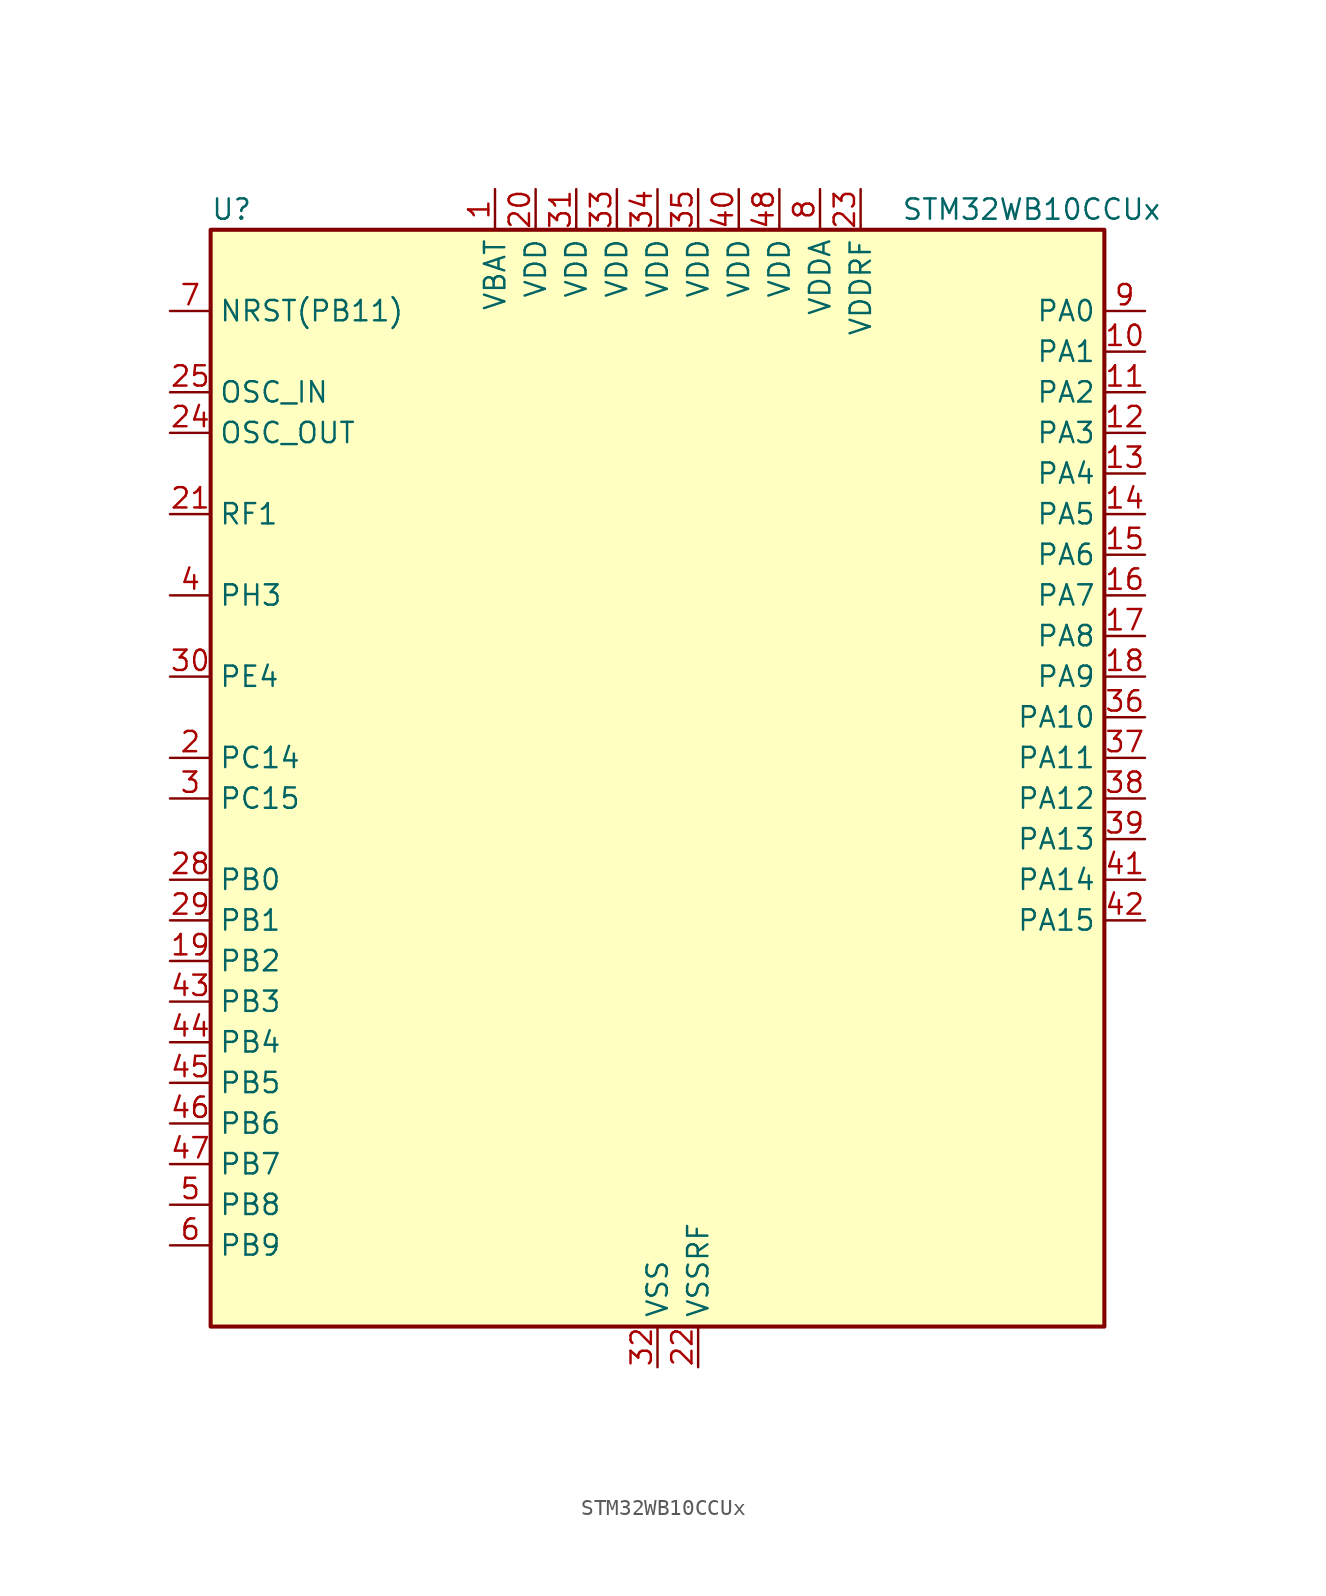
<source format=kicad_sym>
(kicad_symbol_lib
  (version 20241209)
  (generator "kicad_symbol_editor")
  (generator_version "9.0")
  (symbol "STM32WB10CCUx"
    (property "Reference" "U"
      (at -27.94 36.83 0)
      (effects (font (size 1.27 1.27)) (justify left)))
    (property "Value" "STM32WB10CCUx"
      (at 15.24 36.83 0)
      (effects (font (size 1.27 1.27)) (justify left)))
    (symbol "STM32WB10CCUx_0_1"
      (rectangle (start -27.94 -33.02) (end 27.94 35.56) (stroke (width 0.254) (type default)) (fill (type background))))
    (symbol "STM32WB10CCUx_1_1"
      (pin input line (at -30.48 30.48 0) (length 2.54) (name "NRST(PB11)" (effects (font (size 1.27 1.27)))) (number "7" (effects (font (size 1.27 1.27)))))
      (pin input line (at -30.48 25.4 0) (length 2.54) (name "OSC_IN" (effects (font (size 1.27 1.27)))) (number "25" (effects (font (size 1.27 1.27)))) (alternate "RCC_OSC_IN" bidirectional line))
      (pin input line (at -30.48 22.86 0) (length 2.54) (name "OSC_OUT" (effects (font (size 1.27 1.27)))) (number "24" (effects (font (size 1.27 1.27)))) (alternate "RCC_OSC_OUT" bidirectional line))
      (pin bidirectional line (at -30.48 17.78 0) (length 2.54) (name "RF1" (effects (font (size 1.27 1.27)))) (number "21" (effects (font (size 1.27 1.27)))) (alternate "RF_RF1" bidirectional line))
      (pin bidirectional line (at -30.48 12.7 0) (length 2.54) (name "PH3" (effects (font (size 1.27 1.27)))) (number "4" (effects (font (size 1.27 1.27)))) (alternate "RCC_LSCO" bidirectional line))
      (pin bidirectional line (at -30.48 7.62 0) (length 2.54) (name "PE4" (effects (font (size 1.27 1.27)))) (number "30" (effects (font (size 1.27 1.27)))))
      (pin bidirectional line (at -30.48 2.54 0) (length 2.54) (name "PC14" (effects (font (size 1.27 1.27)))) (number "2" (effects (font (size 1.27 1.27)))) (alternate "RCC_OSC32_IN" bidirectional line))
      (pin bidirectional line (at -30.48 0 0) (length 2.54) (name "PC15" (effects (font (size 1.27 1.27)))) (number "3" (effects (font (size 1.27 1.27)))) (alternate "RCC_OSC32_OUT" bidirectional line))
      (pin bidirectional line (at -30.48 -5.08 0) (length 2.54) (name "PB0" (effects (font (size 1.27 1.27)))) (number "28" (effects (font (size 1.27 1.27)))) (alternate "RF_TX_MOD_EXT_PA" bidirectional line))
      (pin bidirectional line (at -30.48 -7.62 0) (length 2.54) (name "PB1" (effects (font (size 1.27 1.27)))) (number "29" (effects (font (size 1.27 1.27)))) (alternate "LPTIM2_IN1" bidirectional line))
      (pin bidirectional line (at -30.48 -10.16 0) (length 2.54) (name "PB2" (effects (font (size 1.27 1.27)))) (number "19" (effects (font (size 1.27 1.27)))) (alternate "LPTIM1_OUT" bidirectional line) (alternate "RTC_OUT" bidirectional line) (alternate "SPI1_NSS" bidirectional line))
      (pin bidirectional line (at -30.48 -12.7 0) (length 2.54) (name "PB3" (effects (font (size 1.27 1.27)))) (number "43" (effects (font (size 1.27 1.27)))) (alternate "SPI1_SCK" bidirectional line) (alternate "SYS_JTDO-SWO" bidirectional line) (alternate "TIM2_CH2" bidirectional line) (alternate "USART1_DE" bidirectional line) (alternate "USART1_RTS" bidirectional line))
      (pin bidirectional line (at -30.48 -15.24 0) (length 2.54) (name "PB4" (effects (font (size 1.27 1.27)))) (number "44" (effects (font (size 1.27 1.27)))) (alternate "SPI1_MISO" bidirectional line) (alternate "SYS_JTRST" bidirectional line) (alternate "TSC_G2_IO1" bidirectional line) (alternate "USART1_CTS" bidirectional line) (alternate "USART1_NSS" bidirectional line))
      (pin bidirectional line (at -30.48 -17.78 0) (length 2.54) (name "PB5" (effects (font (size 1.27 1.27)))) (number "45" (effects (font (size 1.27 1.27)))) (alternate "I2C1_SMBA" bidirectional line) (alternate "LPTIM1_IN1" bidirectional line) (alternate "SPI1_MOSI" bidirectional line) (alternate "TSC_G2_IO2" bidirectional line) (alternate "USART1_CK" bidirectional line))
      (pin bidirectional line (at -30.48 -20.32 0) (length 2.54) (name "PB6" (effects (font (size 1.27 1.27)))) (number "46" (effects (font (size 1.27 1.27)))) (alternate "I2C1_SCL" bidirectional line) (alternate "LPTIM1_ETR" bidirectional line) (alternate "RCC_MCO" bidirectional line) (alternate "SPI1_NSS" bidirectional line) (alternate "TSC_G2_IO3" bidirectional line) (alternate "USART1_TX" bidirectional line))
      (pin bidirectional line (at -30.48 -22.86 0) (length 2.54) (name "PB7" (effects (font (size 1.27 1.27)))) (number "47" (effects (font (size 1.27 1.27)))) (alternate "I2C1_SDA" bidirectional line) (alternate "LPTIM1_IN2" bidirectional line) (alternate "SYS_PVD_IN" bidirectional line) (alternate "TIM1_BKIN" bidirectional line) (alternate "TIM1_CH3" bidirectional line) (alternate "TSC_G2_IO4" bidirectional line) (alternate "USART1_RX" bidirectional line))
      (pin bidirectional line (at -30.48 -25.4 0) (length 2.54) (name "PB8" (effects (font (size 1.27 1.27)))) (number "5" (effects (font (size 1.27 1.27)))) (alternate "I2C1_SCL" bidirectional line) (alternate "TIM1_CH2N" bidirectional line) (alternate "TSC_G7_IO3" bidirectional line))
      (pin bidirectional line (at -30.48 -27.94 0) (length 2.54) (name "PB9" (effects (font (size 1.27 1.27)))) (number "6" (effects (font (size 1.27 1.27)))) (alternate "I2C1_SDA" bidirectional line) (alternate "TIM1_CH3N" bidirectional line) (alternate "TSC_G7_IO4" bidirectional line))
      (pin no_connect line (at -27.94 -30.48 0) (length 2.54) (hide yes) (name "AT1" (effects (font (size 1.27 1.27)))) (number "27" (effects (font (size 1.27 1.27)))))
      (pin no_connect line (at -27.94 -33.02 0) (length 2.54) (hide yes) (name "AT0" (effects (font (size 1.27 1.27)))) (number "26" (effects (font (size 1.27 1.27)))))
      (pin power_in line (at -10.16 38.1 270) (length 2.54) (name "VBAT" (effects (font (size 1.27 1.27)))) (number "1" (effects (font (size 1.27 1.27)))))
      (pin power_in line (at -7.62 38.1 270) (length 2.54) (name "VDD" (effects (font (size 1.27 1.27)))) (number "20" (effects (font (size 1.27 1.27)))))
      (pin power_in line (at -5.08 38.1 270) (length 2.54) (name "VDD" (effects (font (size 1.27 1.27)))) (number "31" (effects (font (size 1.27 1.27)))))
      (pin power_in line (at -2.54 38.1 270) (length 2.54) (name "VDD" (effects (font (size 1.27 1.27)))) (number "33" (effects (font (size 1.27 1.27)))))
      (pin power_in line (at 0 38.1 270) (length 2.54) (name "VDD" (effects (font (size 1.27 1.27)))) (number "34" (effects (font (size 1.27 1.27)))))
      (pin power_in line (at 0 -35.56 90) (length 2.54) (name "VSS" (effects (font (size 1.27 1.27)))) (number "32" (effects (font (size 1.27 1.27)))))
      (pin passive line (at 0 -35.56 90) (length 2.54) (hide yes) (name "VSS" (effects (font (size 1.27 1.27)))) (number "49" (effects (font (size 1.27 1.27)))))
      (pin power_in line (at 2.54 38.1 270) (length 2.54) (name "VDD" (effects (font (size 1.27 1.27)))) (number "35" (effects (font (size 1.27 1.27)))))
      (pin power_in line (at 2.54 -35.56 90) (length 2.54) (name "VSSRF" (effects (font (size 1.27 1.27)))) (number "22" (effects (font (size 1.27 1.27)))))
      (pin power_in line (at 5.08 38.1 270) (length 2.54) (name "VDD" (effects (font (size 1.27 1.27)))) (number "40" (effects (font (size 1.27 1.27)))))
      (pin power_in line (at 7.62 38.1 270) (length 2.54) (name "VDD" (effects (font (size 1.27 1.27)))) (number "48" (effects (font (size 1.27 1.27)))))
      (pin power_in line (at 10.16 38.1 270) (length 2.54) (name "VDDA" (effects (font (size 1.27 1.27)))) (number "8" (effects (font (size 1.27 1.27)))))
      (pin power_in line (at 12.7 38.1 270) (length 2.54) (name "VDDRF" (effects (font (size 1.27 1.27)))) (number "23" (effects (font (size 1.27 1.27)))))
      (pin bidirectional line (at 30.48 30.48 180) (length 2.54) (name "PA0" (effects (font (size 1.27 1.27)))) (number "9" (effects (font (size 1.27 1.27)))) (alternate "ADC1_IN5" bidirectional line) (alternate "RTC_TAMP2" bidirectional line) (alternate "SYS_WKUP1" bidirectional line) (alternate "TIM2_CH1" bidirectional line) (alternate "TIM2_ETR" bidirectional line))
      (pin bidirectional line (at 30.48 27.94 180) (length 2.54) (name "PA1" (effects (font (size 1.27 1.27)))) (number "10" (effects (font (size 1.27 1.27)))) (alternate "ADC1_IN6" bidirectional line) (alternate "I2C1_SMBA" bidirectional line) (alternate "SPI1_SCK" bidirectional line) (alternate "TIM2_CH2" bidirectional line))
      (pin bidirectional line (at 30.48 25.4 180) (length 2.54) (name "PA2" (effects (font (size 1.27 1.27)))) (number "11" (effects (font (size 1.27 1.27)))) (alternate "ADC1_IN7" bidirectional line) (alternate "RCC_LSCO" bidirectional line) (alternate "SYS_WKUP4" bidirectional line) (alternate "TIM2_CH3" bidirectional line))
      (pin bidirectional line (at 30.48 22.86 180) (length 2.54) (name "PA3" (effects (font (size 1.27 1.27)))) (number "12" (effects (font (size 1.27 1.27)))) (alternate "ADC1_IN8" bidirectional line) (alternate "TIM2_CH4" bidirectional line))
      (pin bidirectional line (at 30.48 20.32 180) (length 2.54) (name "PA4" (effects (font (size 1.27 1.27)))) (number "13" (effects (font (size 1.27 1.27)))) (alternate "ADC1_IN9" bidirectional line) (alternate "LPTIM2_OUT" bidirectional line) (alternate "SPI1_NSS" bidirectional line))
      (pin bidirectional line (at 30.48 17.78 180) (length 2.54) (name "PA5" (effects (font (size 1.27 1.27)))) (number "14" (effects (font (size 1.27 1.27)))) (alternate "ADC1_IN10" bidirectional line) (alternate "LPTIM2_ETR" bidirectional line) (alternate "SPI1_MOSI" bidirectional line) (alternate "SPI1_SCK" bidirectional line) (alternate "TIM2_CH1" bidirectional line) (alternate "TIM2_ETR" bidirectional line))
      (pin bidirectional line (at 30.48 15.24 180) (length 2.54) (name "PA6" (effects (font (size 1.27 1.27)))) (number "15" (effects (font (size 1.27 1.27)))) (alternate "ADC1_IN11" bidirectional line) (alternate "SPI1_MISO" bidirectional line) (alternate "TIM1_BKIN" bidirectional line))
      (pin bidirectional line (at 30.48 12.7 180) (length 2.54) (name "PA7" (effects (font (size 1.27 1.27)))) (number "16" (effects (font (size 1.27 1.27)))) (alternate "ADC1_IN2" bidirectional line) (alternate "SPI1_MOSI" bidirectional line) (alternate "TIM1_CH1N" bidirectional line))
      (pin bidirectional line (at 30.48 10.16 180) (length 2.54) (name "PA8" (effects (font (size 1.27 1.27)))) (number "17" (effects (font (size 1.27 1.27)))) (alternate "ADC1_IN3" bidirectional line) (alternate "LPTIM2_OUT" bidirectional line) (alternate "RCC_MCO" bidirectional line) (alternate "TIM1_CH1" bidirectional line) (alternate "USART1_CK" bidirectional line))
      (pin bidirectional line (at 30.48 7.62 180) (length 2.54) (name "PA9" (effects (font (size 1.27 1.27)))) (number "18" (effects (font (size 1.27 1.27)))) (alternate "ADC1_IN4" bidirectional line) (alternate "I2C1_SCL" bidirectional line) (alternate "TIM1_CH2" bidirectional line) (alternate "USART1_TX" bidirectional line))
      (pin bidirectional line (at 30.48 5.08 180) (length 2.54) (name "PA10" (effects (font (size 1.27 1.27)))) (number "36" (effects (font (size 1.27 1.27)))) (alternate "I2C1_SDA" bidirectional line) (alternate "TIM1_CH3" bidirectional line) (alternate "TSC_G7_IO2" bidirectional line) (alternate "USART1_RX" bidirectional line))
      (pin bidirectional line (at 30.48 2.54 180) (length 2.54) (name "PA11" (effects (font (size 1.27 1.27)))) (number "37" (effects (font (size 1.27 1.27)))) (alternate "ADC1_EXTI11" bidirectional line) (alternate "SPI1_MISO" bidirectional line) (alternate "TIM1_BKIN2" bidirectional line) (alternate "TIM1_CH4" bidirectional line) (alternate "USART1_CTS" bidirectional line) (alternate "USART1_NSS" bidirectional line))
      (pin bidirectional line (at 30.48 0 180) (length 2.54) (name "PA12" (effects (font (size 1.27 1.27)))) (number "38" (effects (font (size 1.27 1.27)))) (alternate "SPI1_MOSI" bidirectional line) (alternate "TIM1_ETR" bidirectional line) (alternate "USART1_DE" bidirectional line) (alternate "USART1_RTS" bidirectional line))
      (pin bidirectional line (at 30.48 -2.54 180) (length 2.54) (name "PA13" (effects (font (size 1.27 1.27)))) (number "39" (effects (font (size 1.27 1.27)))) (alternate "SPI1_MOSI" bidirectional line) (alternate "SYS_JTMS-SWDIO" bidirectional line) (alternate "TSC_G7_IO1" bidirectional line))
      (pin bidirectional line (at 30.48 -5.08 180) (length 2.54) (name "PA14" (effects (font (size 1.27 1.27)))) (number "41" (effects (font (size 1.27 1.27)))) (alternate "I2C1_SMBA" bidirectional line) (alternate "LPTIM1_OUT" bidirectional line) (alternate "SPI1_NSS" bidirectional line) (alternate "SYS_JTCK-SWCLK" bidirectional line))
      (pin bidirectional line (at 30.48 -7.62 180) (length 2.54) (name "PA15" (effects (font (size 1.27 1.27)))) (number "42" (effects (font (size 1.27 1.27)))) (alternate "RCC_MCO" bidirectional line) (alternate "SPI1_NSS" bidirectional line) (alternate "SYS_JTDI" bidirectional line) (alternate "TIM2_CH1" bidirectional line) (alternate "TIM2_ETR" bidirectional line)))))
</source>
